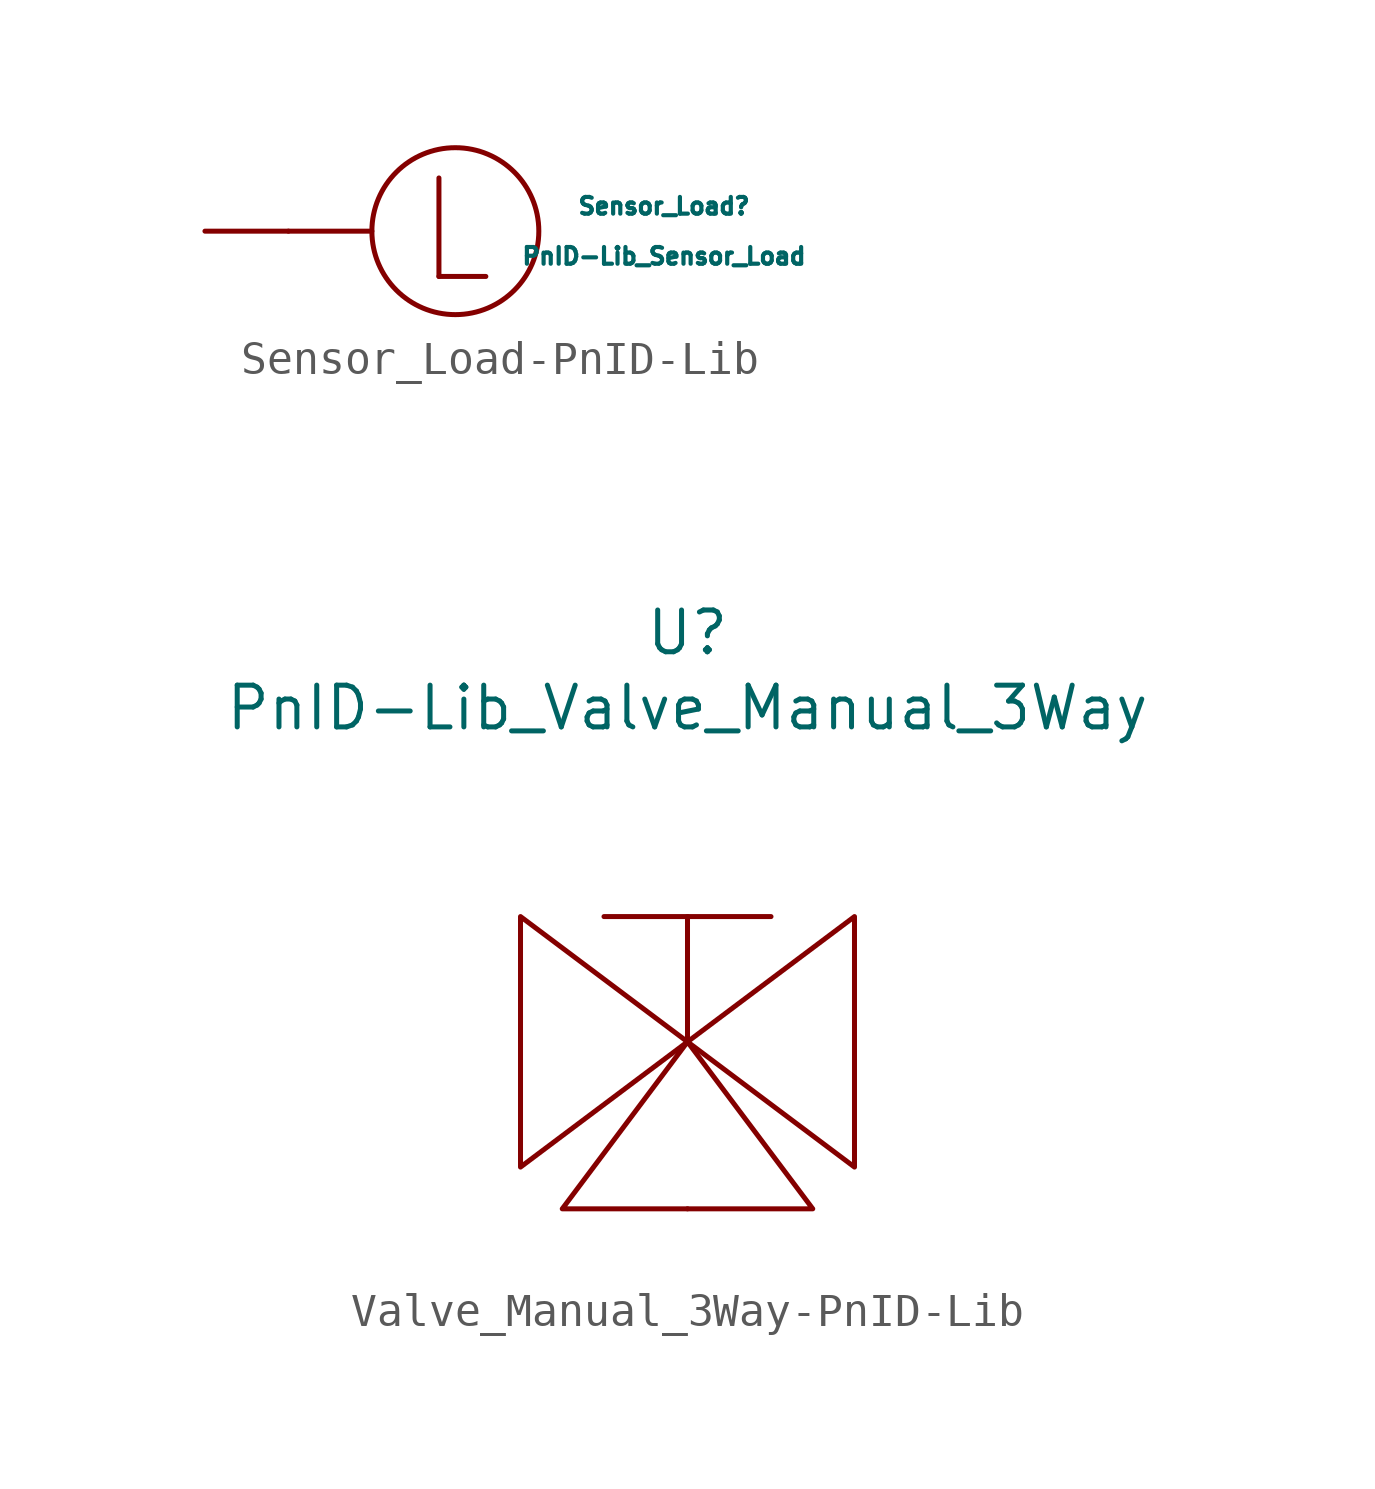
<source format=kicad_sym>
(kicad_symbol_lib
  (version 20231120)
  (generator "kicad_symbol_editor")
  (generator_version "8.0")
  (symbol "Sensor_Load-PnID-Lib"
    (pin_numbers hide)
    (pin_names
      (offset 1.016))
    (property "Reference" "Sensor_Load"
      (at 6.35 0.762 0)
      (effects (font (size 0.508 0.508))))
    (property "Value" "PnID-Lib_Sensor_Load"
      (at 6.35 -0.762 0)
      (effects (font (size 0.508 0.508))))
    (property "Data_Content" " "
      (at 0 0 0)
      (effects (font (size 1.27 1.27))))
    (symbol "Sensor_Load-PnID-Lib_0_0"
      (polyline (pts (xy -5.08 0) (xy -2.54 0)) (stroke (width 0) (type solid)) (fill (type none)))
      (circle (center 0 0) (radius 2.54) (stroke (width 0) (type solid)) (fill (type none)))
      (text "L" (at 0 0 0) (effects (font (size 2.997 2.997)))))
    (symbol "Sensor_Load-PnID-Lib_1_1"
      (pin bidirectional line (at -7.62 0 0) (length 2.54) (name "~" (effects (font (size 1.27 1.27)))) (number "~" (effects (font (size 1.27 1.27)))))))
  (symbol "Valve_Manual_3Way-PnID-Lib"
    (pin_names
      (offset 1.016))
    (property "Reference" "U"
      (at 0 19.558 0)
      (effects (font (size 1.27 1.27))))
    (property "Value" "PnID-Lib_Valve_Manual_3Way"
      (at 0 17.272 0)
      (effects (font (size 1.27 1.27))))
    (symbol "Valve_Manual_3Way-PnID-Lib_1_1"
      (polyline (pts (xy -2.54 10.922) (xy 2.54 10.922)) (stroke (width 0) (type solid)) (fill (type none)))
      (polyline (pts (xy 0 7.112) (xy 0 10.922)) (stroke (width 0) (type solid)) (fill (type none)))
      (polyline (pts (xy 0 7.112) (xy -5.08 10.922) (xy -5.08 3.302) (xy 0 7.112)) (stroke (width 0) (type solid)) (fill (type none)))
      (polyline (pts (xy 3.81 2.032) (xy 0 7.112) (xy -3.81 2.032) (xy 3.81 2.032)) (stroke (width 0) (type solid)) (fill (type none)))
      (polyline (pts (xy 5.08 10.922) (xy 0 7.112) (xy 5.08 3.302) (xy 5.08 10.922)) (stroke (width 0) (type solid)) (fill (type none)))
      (pin bidirectional line (at -5.08 7.112 0) (length 0) (name "~" (effects (font (size 1.27 1.27)))) (number "~" (effects (font (size 1.27 1.27)))))
      (pin bidirectional line (at 0 2.032 90) (length 0) (name "~" (effects (font (size 1.27 1.27)))) (number "~" (effects (font (size 1.27 1.27)))))
      (pin bidirectional line (at 5.08 7.112 180) (length 0) (name "~" (effects (font (size 1.27 1.27)))) (number "~" (effects (font (size 1.27 1.27))))))))
</source>
